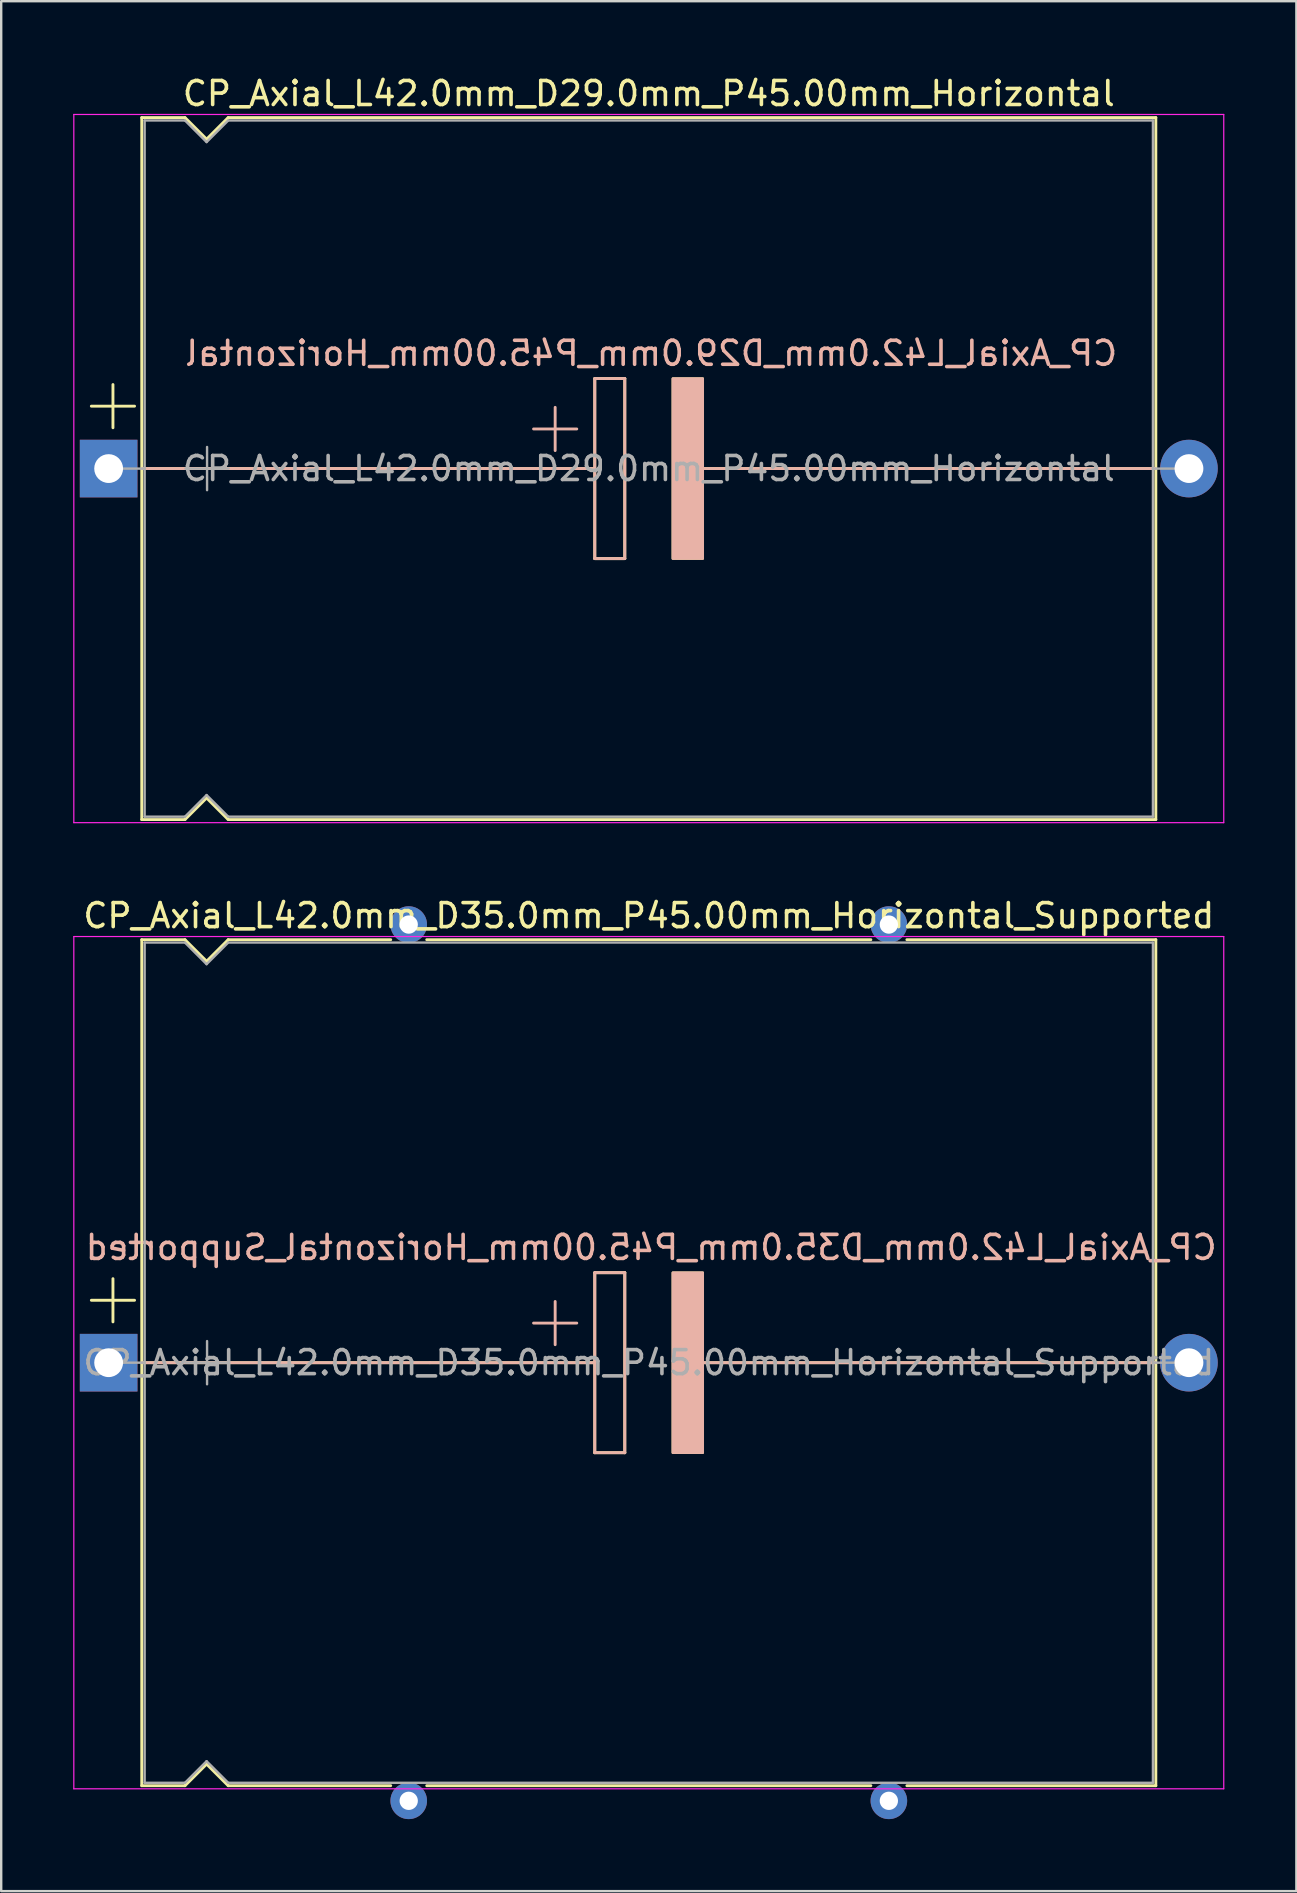
<source format=kicad_pcb>
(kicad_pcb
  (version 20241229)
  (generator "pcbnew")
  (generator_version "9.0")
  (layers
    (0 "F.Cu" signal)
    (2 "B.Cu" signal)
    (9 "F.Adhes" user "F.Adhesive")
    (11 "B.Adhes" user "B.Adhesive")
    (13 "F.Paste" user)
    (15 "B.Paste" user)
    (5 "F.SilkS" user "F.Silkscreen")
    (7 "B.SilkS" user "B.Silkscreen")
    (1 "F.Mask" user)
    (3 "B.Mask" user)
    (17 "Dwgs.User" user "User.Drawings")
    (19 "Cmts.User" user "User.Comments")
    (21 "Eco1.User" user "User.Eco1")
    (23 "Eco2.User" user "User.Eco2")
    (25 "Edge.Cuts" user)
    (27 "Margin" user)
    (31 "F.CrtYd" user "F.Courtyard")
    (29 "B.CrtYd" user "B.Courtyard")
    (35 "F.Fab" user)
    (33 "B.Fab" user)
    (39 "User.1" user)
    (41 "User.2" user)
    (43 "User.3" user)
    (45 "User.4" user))
  (footprint "CP_Axial_L42.0mm_D35.0mm_P45.00mm_Horizontal_Supported"
    (layer "F.Cu")
    (at 1.475 53.712)
    (property "Reference" "CP_Axial_L42.0mm_D35.0mm_P45.00mm_Horizontal_Supported" (at 22.5 -18.62 0) (layer "F.SilkS") (effects (font (size 1 1) (thickness 0.15))))
    (fp_line (start -0.72 -2.6) (end 1.08 -2.6) (stroke (width 0.12) (type solid)) (layer "F.SilkS"))
    (fp_line (start 0.18 -3.5) (end 0.18 -1.7) (stroke (width 0.12) (type solid)) (layer "F.SilkS"))
    (fp_line (start 1.38 -17.62) (end 1.38 17.62) (stroke (width 0.12) (type solid)) (layer "F.SilkS"))
    (fp_line (start 1.38 -17.62) (end 3.18 -17.62) (stroke (width 0.12) (type solid)) (layer "F.SilkS"))
    (fp_line (start 1.38 17.62) (end 3.18 17.62) (stroke (width 0.12) (type solid)) (layer "F.SilkS"))
    (fp_line (start 1.397 0) (end 20.25 0) (stroke (width 0.12) (type solid)) (layer "F.SilkS"))
    (fp_line (start 3.18 -17.62) (end 4.08 -16.72) (stroke (width 0.12) (type solid)) (layer "F.SilkS"))
    (fp_line (start 3.18 17.62) (end 4.08 16.72) (stroke (width 0.12) (type solid)) (layer "F.SilkS"))
    (fp_line (start 4.08 -16.72) (end 4.98 -17.62) (stroke (width 0.12) (type solid)) (layer "F.SilkS"))
    (fp_line (start 4.08 16.72) (end 4.98 17.62) (stroke (width 0.12) (type solid)) (layer "F.SilkS"))
    (fp_line (start 4.98 -17.62) (end 11.75 -17.62) (stroke (width 0.12) (type solid)) (layer "F.SilkS"))
    (fp_line (start 4.98 17.62) (end 11.75 17.62) (stroke (width 0.12) (type solid)) (layer "F.SilkS"))
    (fp_line (start 13.25 -17.62) (end 31.75 -17.62) (stroke (width 0.12) (type solid)) (layer "F.SilkS"))
    (fp_line (start 13.25 17.62) (end 31.75 17.62) (stroke (width 0.12) (type solid)) (layer "F.SilkS"))
    (fp_line (start 20.25 -3.75) (end 21.5 -3.75) (stroke (width 0.12) (type solid)) (layer "F.SilkS"))
    (fp_line (start 20.25 0) (end 20.25 -3.75) (stroke (width 0.12) (type solid)) (layer "F.SilkS"))
    (fp_line (start 20.25 3.75) (end 20.25 0) (stroke (width 0.12) (type solid)) (layer "F.SilkS"))
    (fp_line (start 21.5 -3.75) (end 21.5 3.75) (stroke (width 0.12) (type solid)) (layer "F.SilkS"))
    (fp_line (start 21.5 3.75) (end 20.25 3.75) (stroke (width 0.12) (type solid)) (layer "F.SilkS"))
    (fp_line (start 24.75 0) (end 43.561 0) (stroke (width 0.12) (type solid)) (layer "F.SilkS"))
    (fp_line (start 33.25 -17.62) (end 43.62 -17.62) (stroke (width 0.12) (type solid)) (layer "F.SilkS"))
    (fp_line (start 33.25 17.62) (end 43.62 17.62) (stroke (width 0.12) (type solid)) (layer "F.SilkS"))
    (fp_line (start 43.62 -17.62) (end 43.62 17.62) (stroke (width 0.12) (type solid)) (layer "F.SilkS"))
    (fp_poly (pts (xy 24.75 3.75) (xy 23.5 3.75) (xy 23.5 -3.75) (xy 24.75 -3.75)) (stroke (width 0.1) (type solid)) (fill yes) (layer "F.SilkS"))
    (fp_line (start 1.4 0) (end 13.38 0) (stroke (width 0.12) (type solid)) (layer "B.SilkS"))
    (fp_line (start 13.38 0) (end 20.25 0) (stroke (width 0.12) (type solid)) (layer "B.SilkS"))
    (fp_line (start 18.6 -2.55) (end 18.6 -0.75) (stroke (width 0.12) (type solid)) (layer "B.SilkS"))
    (fp_line (start 19.5 -1.65) (end 17.7 -1.65) (stroke (width 0.12) (type solid)) (layer "B.SilkS"))
    (fp_line (start 20.25 -3.75) (end 21.5 -3.75) (stroke (width 0.12) (type solid)) (layer "B.SilkS"))
    (fp_line (start 20.25 0) (end 20.25 -3.75) (stroke (width 0.12) (type solid)) (layer "B.SilkS"))
    (fp_line (start 20.25 3.75) (end 20.25 0) (stroke (width 0.12) (type solid)) (layer "B.SilkS"))
    (fp_line (start 21.5 -3.75) (end 21.5 3.75) (stroke (width 0.12) (type solid)) (layer "B.SilkS"))
    (fp_line (start 21.5 3.75) (end 20.25 3.75) (stroke (width 0.12) (type solid)) (layer "B.SilkS"))
    (fp_line (start 24.75 0) (end 31.62 0) (stroke (width 0.12) (type solid)) (layer "B.SilkS"))
    (fp_line (start 43.6 0) (end 31.62 0) (stroke (width 0.12) (type solid)) (layer "B.SilkS"))
    (fp_poly (pts (xy 24.75 3.75) (xy 23.5 3.75) (xy 23.5 -3.75) (xy 24.75 -3.75)) (stroke (width 0.1) (type solid)) (fill yes) (layer "B.SilkS"))
    (fp_line (start -1.45 -17.75) (end -1.45 17.75) (stroke (width 0.05) (type solid)) (layer "F.CrtYd"))
    (fp_line (start -1.45 17.75) (end 46.45 17.75) (stroke (width 0.05) (type solid)) (layer "F.CrtYd"))
    (fp_line (start 46.45 -17.75) (end -1.45 -17.75) (stroke (width 0.05) (type solid)) (layer "F.CrtYd"))
    (fp_line (start 46.45 17.75) (end 46.45 -17.75) (stroke (width 0.05) (type solid)) (layer "F.CrtYd"))
    (fp_line (start 0 0) (end 1.5 0) (stroke (width 0.1) (type solid)) (layer "F.Fab"))
    (fp_line (start 1.5 -17.5) (end 1.5 17.5) (stroke (width 0.1) (type solid)) (layer "F.Fab"))
    (fp_line (start 1.5 -17.5) (end 3.18 -17.5) (stroke (width 0.1) (type solid)) (layer "F.Fab"))
    (fp_line (start 1.5 17.5) (end 3.18 17.5) (stroke (width 0.1) (type solid)) (layer "F.Fab"))
    (fp_line (start 3.18 -17.5) (end 4.08 -16.6) (stroke (width 0.1) (type solid)) (layer "F.Fab"))
    (fp_line (start 3.18 17.5) (end 4.08 16.6) (stroke (width 0.1) (type solid)) (layer "F.Fab"))
    (fp_line (start 3.2 0) (end 5 0) (stroke (width 0.1) (type solid)) (layer "F.Fab"))
    (fp_line (start 4.08 -16.6) (end 4.98 -17.5) (stroke (width 0.1) (type solid)) (layer "F.Fab"))
    (fp_line (start 4.08 16.6) (end 4.98 17.5) (stroke (width 0.1) (type solid)) (layer "F.Fab"))
    (fp_line (start 4.1 -0.9) (end 4.1 0.9) (stroke (width 0.1) (type solid)) (layer "F.Fab"))
    (fp_line (start 4.98 -17.5) (end 43.5 -17.5) (stroke (width 0.1) (type solid)) (layer "F.Fab"))
    (fp_line (start 4.98 17.5) (end 43.5 17.5) (stroke (width 0.1) (type solid)) (layer "F.Fab"))
    (fp_line (start 43.5 -17.5) (end 43.5 17.5) (stroke (width 0.1) (type solid)) (layer "F.Fab"))
    (fp_line (start 45 0) (end 43.5 0) (stroke (width 0.1) (type solid)) (layer "F.Fab"))
    (fp_text user "${REFERENCE}" (at 22.6 -4.8 0) (layer "B.SilkS") (effects (font (size 1 1) (thickness 0.15)) (justify mirror)))
    (fp_text user "${REFERENCE}" (at 22.5 0 0) (layer "F.Fab") (effects (font (size 1 1) (thickness 0.15))))
    (pad "1" thru_hole rect (at 0 0) (size 2.4 2.4) (drill 1.2) (layers "*.Cu" "*.Mask"))
    (pad "2" thru_hole oval (at 45 0) (size 2.4 2.4) (drill 1.2) (layers "*.Cu" "*.Mask"))
    (pad "~" thru_hole circle (at 12.5 -18.25) (size 1.524 1.524) (drill 0.762) (layers "*.Cu" "*.Mask"))
    (pad "~" thru_hole circle (at 12.5 18.25) (size 1.524 1.524) (drill 0.762) (layers "*.Cu" "*.Mask"))
    (pad "~" thru_hole circle (at 32.5 -18.25) (size 1.524 1.524) (drill 0.762) (layers "*.Cu" "*.Mask"))
    (pad "~" thru_hole circle (at 32.5 18.25) (size 1.524 1.524) (drill 0.762) (layers "*.Cu" "*.Mask")))
  (footprint "CP_Axial_L42.0mm_D29.0mm_P45.00mm_Horizontal"
    (layer "F.Cu")
    (at 1.475 16.468)
    (property "Reference" "CP_Axial_L42.0mm_D29.0mm_P45.00mm_Horizontal" (at 22.5 -15.62 0) (layer "F.SilkS") (effects (font (size 1 1) (thickness 0.15))))
    (fp_line (start -0.72 -2.6) (end 1.08 -2.6) (stroke (width 0.12) (type solid)) (layer "F.SilkS"))
    (fp_line (start 0.18 -3.5) (end 0.18 -1.7) (stroke (width 0.12) (type solid)) (layer "F.SilkS"))
    (fp_line (start 1.38 -14.62) (end 1.38 14.62) (stroke (width 0.12) (type solid)) (layer "F.SilkS"))
    (fp_line (start 1.38 -14.62) (end 3.18 -14.62) (stroke (width 0.12) (type solid)) (layer "F.SilkS"))
    (fp_line (start 1.38 14.62) (end 3.18 14.62) (stroke (width 0.12) (type solid)) (layer "F.SilkS"))
    (fp_line (start 1.397 0) (end 20.25 0) (stroke (width 0.12) (type solid)) (layer "F.SilkS"))
    (fp_line (start 3.18 -14.62) (end 4.08 -13.72) (stroke (width 0.12) (type solid)) (layer "F.SilkS"))
    (fp_line (start 3.18 14.62) (end 4.08 13.72) (stroke (width 0.12) (type solid)) (layer "F.SilkS"))
    (fp_line (start 4.08 -13.72) (end 4.98 -14.62) (stroke (width 0.12) (type solid)) (layer "F.SilkS"))
    (fp_line (start 4.08 13.72) (end 4.98 14.62) (stroke (width 0.12) (type solid)) (layer "F.SilkS"))
    (fp_line (start 4.98 -14.62) (end 43.62 -14.62) (stroke (width 0.12) (type solid)) (layer "F.SilkS"))
    (fp_line (start 4.98 14.62) (end 43.62 14.62) (stroke (width 0.12) (type solid)) (layer "F.SilkS"))
    (fp_line (start 20.25 -3.75) (end 21.5 -3.75) (stroke (width 0.12) (type solid)) (layer "F.SilkS"))
    (fp_line (start 20.25 0) (end 20.25 -3.75) (stroke (width 0.12) (type solid)) (layer "F.SilkS"))
    (fp_line (start 20.25 3.75) (end 20.25 0) (stroke (width 0.12) (type solid)) (layer "F.SilkS"))
    (fp_line (start 21.5 -3.75) (end 21.5 3.75) (stroke (width 0.12) (type solid)) (layer "F.SilkS"))
    (fp_line (start 21.5 3.75) (end 20.25 3.75) (stroke (width 0.12) (type solid)) (layer "F.SilkS"))
    (fp_line (start 24.75 0) (end 43.561 0) (stroke (width 0.12) (type solid)) (layer "F.SilkS"))
    (fp_line (start 43.62 -14.62) (end 43.62 14.62) (stroke (width 0.12) (type solid)) (layer "F.SilkS"))
    (fp_poly (pts (xy 24.75 3.75) (xy 23.5 3.75) (xy 23.5 -3.75) (xy 24.75 -3.75)) (stroke (width 0.1) (type solid)) (fill yes) (layer "F.SilkS"))
    (fp_line (start 1.4 0) (end 13.38 0) (stroke (width 0.12) (type solid)) (layer "B.SilkS"))
    (fp_line (start 13.38 0) (end 20.25 0) (stroke (width 0.12) (type solid)) (layer "B.SilkS"))
    (fp_line (start 18.6 -2.55) (end 18.6 -0.75) (stroke (width 0.12) (type solid)) (layer "B.SilkS"))
    (fp_line (start 19.5 -1.65) (end 17.7 -1.65) (stroke (width 0.12) (type solid)) (layer "B.SilkS"))
    (fp_line (start 20.25 -3.75) (end 21.5 -3.75) (stroke (width 0.12) (type solid)) (layer "B.SilkS"))
    (fp_line (start 20.25 0) (end 20.25 -3.75) (stroke (width 0.12) (type solid)) (layer "B.SilkS"))
    (fp_line (start 20.25 3.75) (end 20.25 0) (stroke (width 0.12) (type solid)) (layer "B.SilkS"))
    (fp_line (start 21.5 -3.75) (end 21.5 3.75) (stroke (width 0.12) (type solid)) (layer "B.SilkS"))
    (fp_line (start 21.5 3.75) (end 20.25 3.75) (stroke (width 0.12) (type solid)) (layer "B.SilkS"))
    (fp_line (start 24.75 0) (end 31.62 0) (stroke (width 0.12) (type solid)) (layer "B.SilkS"))
    (fp_line (start 43.6 0) (end 31.62 0) (stroke (width 0.12) (type solid)) (layer "B.SilkS"))
    (fp_poly (pts (xy 24.75 3.75) (xy 23.5 3.75) (xy 23.5 -3.75) (xy 24.75 -3.75)) (stroke (width 0.1) (type solid)) (fill yes) (layer "B.SilkS"))
    (fp_line (start -1.45 -14.75) (end -1.45 14.75) (stroke (width 0.05) (type solid)) (layer "F.CrtYd"))
    (fp_line (start -1.45 14.75) (end 46.45 14.75) (stroke (width 0.05) (type solid)) (layer "F.CrtYd"))
    (fp_line (start 46.45 -14.75) (end -1.45 -14.75) (stroke (width 0.05) (type solid)) (layer "F.CrtYd"))
    (fp_line (start 46.45 14.75) (end 46.45 -14.75) (stroke (width 0.05) (type solid)) (layer "F.CrtYd"))
    (fp_line (start 0 0) (end 1.5 0) (stroke (width 0.1) (type solid)) (layer "F.Fab"))
    (fp_line (start 1.5 -14.5) (end 1.5 14.5) (stroke (width 0.1) (type solid)) (layer "F.Fab"))
    (fp_line (start 1.5 -14.5) (end 3.18 -14.5) (stroke (width 0.1) (type solid)) (layer "F.Fab"))
    (fp_line (start 1.5 14.5) (end 3.18 14.5) (stroke (width 0.1) (type solid)) (layer "F.Fab"))
    (fp_line (start 3.18 -14.5) (end 4.08 -13.6) (stroke (width 0.1) (type solid)) (layer "F.Fab"))
    (fp_line (start 3.18 14.5) (end 4.08 13.6) (stroke (width 0.1) (type solid)) (layer "F.Fab"))
    (fp_line (start 3.2 0) (end 5 0) (stroke (width 0.1) (type solid)) (layer "F.Fab"))
    (fp_line (start 4.08 -13.6) (end 4.98 -14.5) (stroke (width 0.1) (type solid)) (layer "F.Fab"))
    (fp_line (start 4.08 13.6) (end 4.98 14.5) (stroke (width 0.1) (type solid)) (layer "F.Fab"))
    (fp_line (start 4.1 -0.9) (end 4.1 0.9) (stroke (width 0.1) (type solid)) (layer "F.Fab"))
    (fp_line (start 4.98 -14.5) (end 43.5 -14.5) (stroke (width 0.1) (type solid)) (layer "F.Fab"))
    (fp_line (start 4.98 14.5) (end 43.5 14.5) (stroke (width 0.1) (type solid)) (layer "F.Fab"))
    (fp_line (start 43.5 -14.5) (end 43.5 14.5) (stroke (width 0.1) (type solid)) (layer "F.Fab"))
    (fp_line (start 45 0) (end 43.5 0) (stroke (width 0.1) (type solid)) (layer "F.Fab"))
    (fp_text user "${REFERENCE}" (at 22.6 -4.8 0) (layer "B.SilkS") (effects (font (size 1 1) (thickness 0.15)) (justify mirror)))
    (fp_text user "${REFERENCE}" (at 22.5 0 0) (layer "F.Fab") (effects (font (size 1 1) (thickness 0.15))))
    (pad "1" thru_hole rect (at 0 0) (size 2.4 2.4) (drill 1.2) (layers "*.Cu" "*.Mask"))
    (pad "2" thru_hole oval (at 45 0) (size 2.4 2.4) (drill 1.2) (layers "*.Cu" "*.Mask")))
  (gr_rect
    (start -3 -3)
    (end 50.95 75.724)
    (stroke (width 0.1) (type default))
    (fill no)
    (layer "Edge.Cuts")))
</source>
